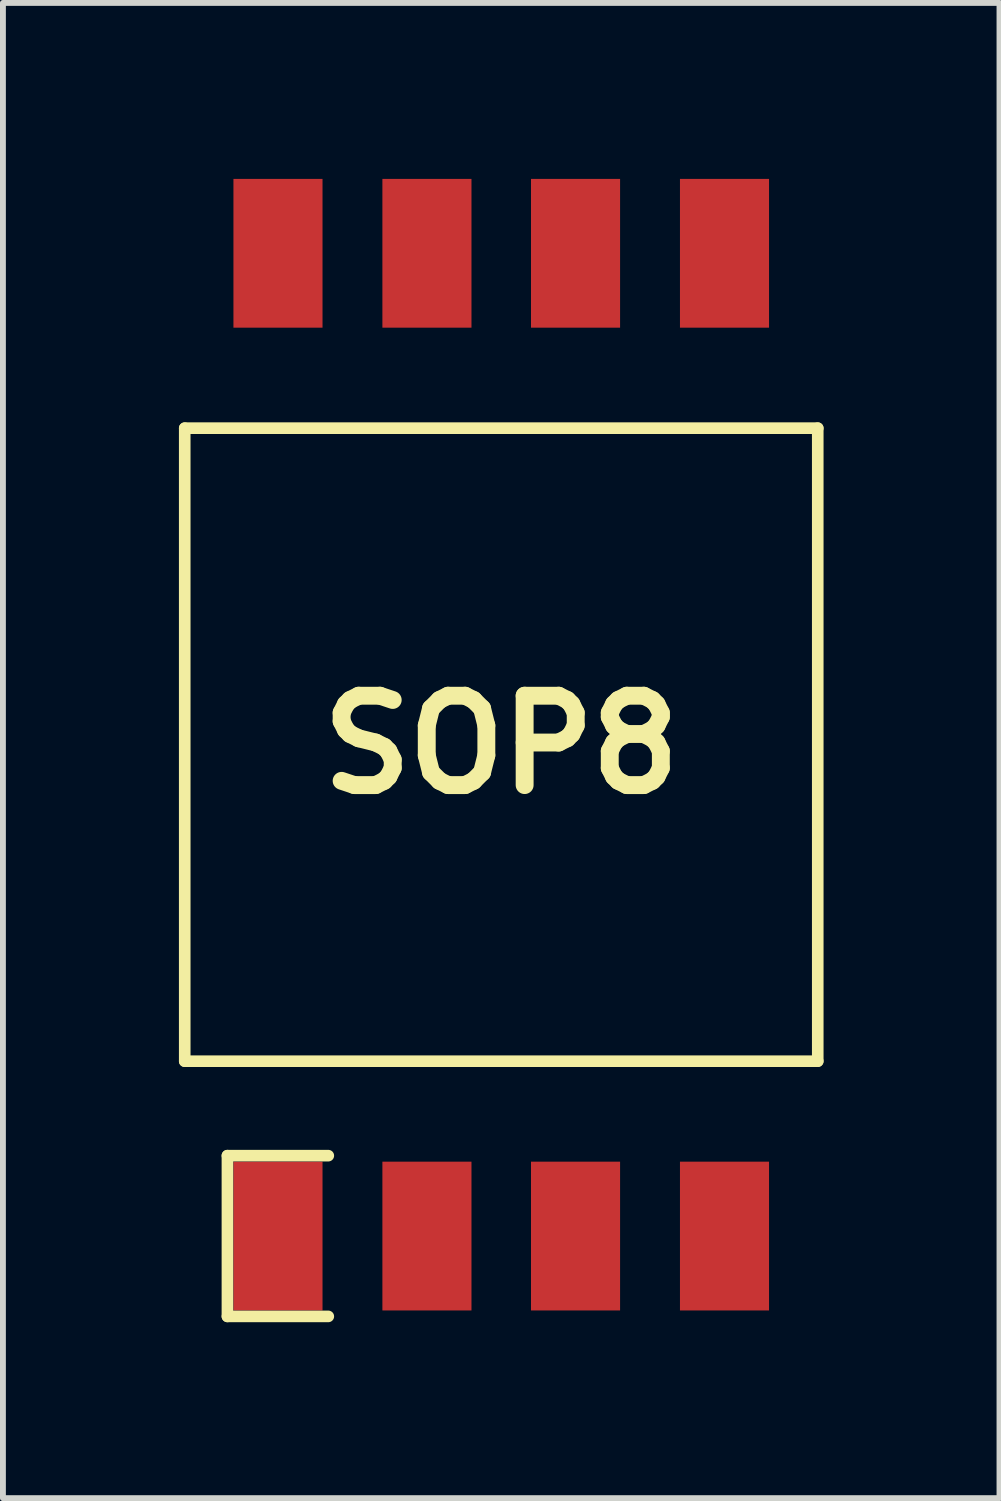
<source format=kicad_pcb>
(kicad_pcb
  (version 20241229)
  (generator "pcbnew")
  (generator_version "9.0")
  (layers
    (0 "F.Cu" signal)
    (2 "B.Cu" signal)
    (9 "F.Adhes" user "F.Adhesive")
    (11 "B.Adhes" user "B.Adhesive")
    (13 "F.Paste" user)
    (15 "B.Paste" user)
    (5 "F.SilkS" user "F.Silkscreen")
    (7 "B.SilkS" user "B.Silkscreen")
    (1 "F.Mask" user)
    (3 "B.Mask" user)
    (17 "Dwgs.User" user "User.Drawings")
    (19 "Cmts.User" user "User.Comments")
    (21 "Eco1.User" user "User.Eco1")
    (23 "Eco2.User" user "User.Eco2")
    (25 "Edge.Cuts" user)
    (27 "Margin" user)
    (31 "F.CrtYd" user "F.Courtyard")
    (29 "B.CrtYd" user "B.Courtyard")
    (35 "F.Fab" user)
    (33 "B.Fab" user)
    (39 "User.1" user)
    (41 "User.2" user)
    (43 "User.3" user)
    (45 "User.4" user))
  (footprint "SOP8"
    (layer "F.Cu")
    (at 5.497 9.648)
    (property "Reference" "SOP8" (at 0 0 0) (layer "F.SilkS") (effects (font (size 1.524 1.524) (thickness 0.305))))
    (attr through_hole)
    (fp_circle (center -3.5 3.5) (end -4 3.5) (stroke (width 0.1) (type default)) (fill no) (layer "B.Mask"))
    (fp_line (start -5.397 -5.397) (end -5.397 5.397) (stroke (width 0.198) (type solid)) (layer "F.SilkS"))
    (fp_line (start -5.397 -5.397) (end 5.397 -5.397) (stroke (width 0.198) (type solid)) (layer "F.SilkS"))
    (fp_line (start -5.397 5.397) (end 5.397 5.397) (stroke (width 0.198) (type solid)) (layer "F.SilkS"))
    (fp_line (start -4.669 7.008) (end -4.669 9.749) (stroke (width 0.198) (type solid)) (layer "F.SilkS"))
    (fp_line (start -4.669 7.008) (end -2.949 7.008) (stroke (width 0.198) (type solid)) (layer "F.SilkS"))
    (fp_line (start -4.669 9.749) (end -2.949 9.749) (stroke (width 0.198) (type solid)) (layer "F.SilkS"))
    (fp_line (start 5.397 -5.397) (end 5.397 5.397) (stroke (width 0.198) (type solid)) (layer "F.SilkS"))
    (pad "1" smd rect (at -3.807 8.379 180) (size 1.519 2.537) (layers "F.Cu" "F.Mask" "F.Paste"))
    (pad "2" smd rect (at -1.267 8.379 180) (size 1.519 2.537) (layers "F.Cu" "F.Mask" "F.Paste"))
    (pad "3" smd rect (at 1.267 8.379 180) (size 1.519 2.537) (layers "F.Cu" "F.Mask" "F.Paste"))
    (pad "4" smd rect (at 3.807 8.379 180) (size 1.519 2.537) (layers "F.Cu" "F.Mask" "F.Paste"))
    (pad "5" smd rect (at 3.807 -8.379) (size 1.519 2.537) (layers "F.Cu" "F.Mask" "F.Paste"))
    (pad "6" smd rect (at 1.267 -8.379) (size 1.519 2.537) (layers "F.Cu" "F.Mask" "F.Paste"))
    (pad "7" smd rect (at -1.267 -8.379) (size 1.519 2.537) (layers "F.Cu" "F.Mask" "F.Paste"))
    (pad "8" smd rect (at -3.807 -8.379) (size 1.519 2.537) (layers "F.Cu" "F.Mask" "F.Paste")))
  (gr_rect
    (start -3 -3)
    (end 13.993 22.496)
    (stroke (width 0.1) (type default))
    (fill no)
    (layer "Edge.Cuts")))
</source>
